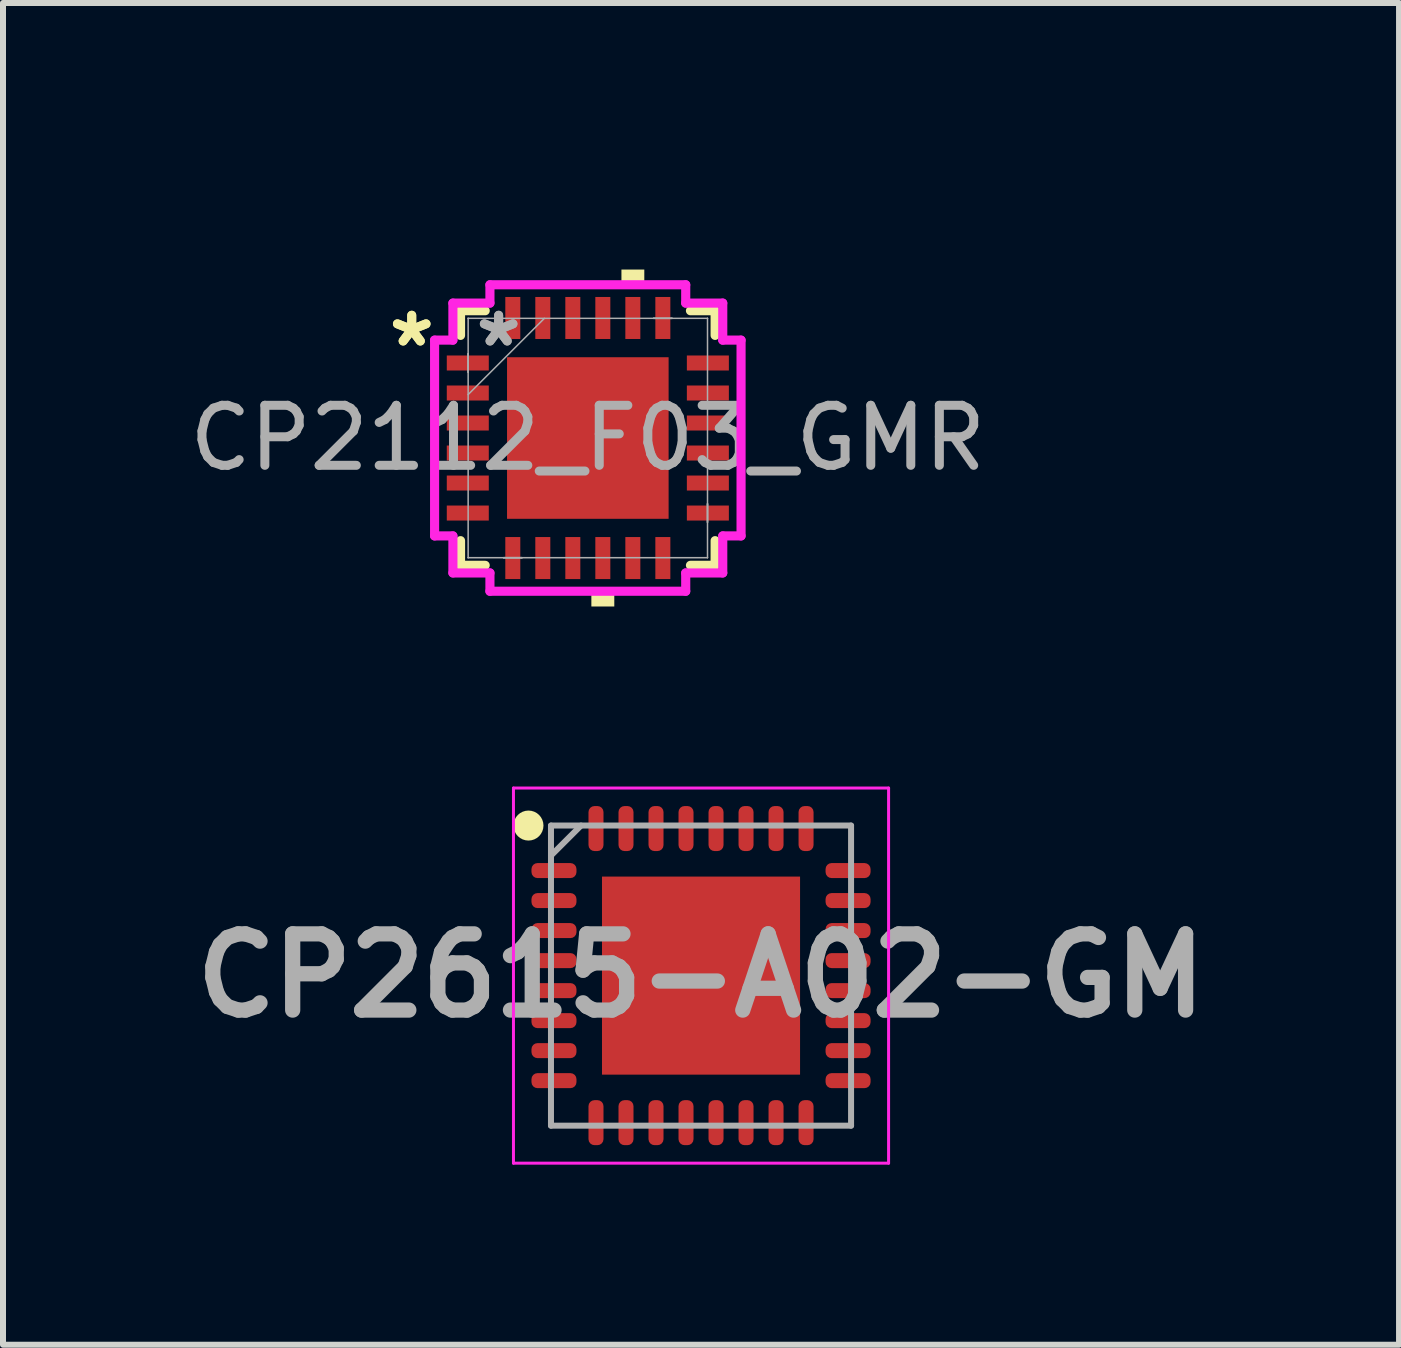
<source format=kicad_pcb>
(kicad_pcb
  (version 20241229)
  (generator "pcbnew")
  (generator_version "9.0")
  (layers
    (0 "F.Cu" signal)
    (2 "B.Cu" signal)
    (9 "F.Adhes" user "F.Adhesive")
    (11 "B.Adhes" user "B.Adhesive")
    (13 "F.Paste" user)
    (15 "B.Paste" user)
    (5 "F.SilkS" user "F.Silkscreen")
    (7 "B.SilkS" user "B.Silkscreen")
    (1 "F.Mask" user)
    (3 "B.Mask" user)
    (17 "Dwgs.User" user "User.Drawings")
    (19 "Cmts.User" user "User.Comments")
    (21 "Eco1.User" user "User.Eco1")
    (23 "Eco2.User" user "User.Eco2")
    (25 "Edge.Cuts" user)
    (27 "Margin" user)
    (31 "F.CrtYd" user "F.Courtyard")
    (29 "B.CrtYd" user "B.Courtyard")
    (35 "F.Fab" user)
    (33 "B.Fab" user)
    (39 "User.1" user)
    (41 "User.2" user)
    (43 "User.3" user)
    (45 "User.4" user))
  (footprint "CP2112_F03_GMR"
    (layer "F.Cu")
    (at 6.744 4.248)
    (property "Reference" "CP2112_F03_GMR" (at 0 -3.4 0) (unlocked yes) (layer "User.2") (effects (font (size 1 1) (thickness 0.15))))
    (attr smd)
    (fp_line (start -2.121 -2.121) (end -2.121 -1.71) (stroke (width 0.152) (type solid)) (layer "F.SilkS"))
    (fp_line (start -2.121 1.71) (end -2.121 2.121) (stroke (width 0.152) (type solid)) (layer "F.SilkS"))
    (fp_line (start -2.121 2.121) (end -1.71 2.121) (stroke (width 0.152) (type solid)) (layer "F.SilkS"))
    (fp_line (start -1.71 -2.121) (end -2.121 -2.121) (stroke (width 0.152) (type solid)) (layer "F.SilkS"))
    (fp_line (start 1.71 2.121) (end 2.121 2.121) (stroke (width 0.152) (type solid)) (layer "F.SilkS"))
    (fp_line (start 2.121 -2.121) (end 1.71 -2.121) (stroke (width 0.152) (type solid)) (layer "F.SilkS"))
    (fp_line (start 2.121 -1.71) (end 2.121 -2.121) (stroke (width 0.152) (type solid)) (layer "F.SilkS"))
    (fp_line (start 2.121 2.121) (end 2.121 1.71) (stroke (width 0.152) (type solid)) (layer "F.SilkS"))
    (fp_poly (pts (xy 0.059 2.553) (xy 0.059 2.807) (xy 0.441 2.807) (xy 0.441 2.553)) (stroke (width 0) (type solid)) (fill yes) (layer "F.SilkS"))
    (fp_poly (pts (xy 0.56 -2.553) (xy 0.56 -2.807) (xy 0.941 -2.807) (xy 0.941 -2.553)) (stroke (width 0) (type solid)) (fill yes) (layer "F.SilkS"))
    (fp_poly (pts (xy -1.246 -1.246) (xy -1.246 -0.1) (xy -0.1 -0.1) (xy -0.1 -1.246)) (stroke (width 0) (type solid)) (fill yes) (layer "F.Paste"))
    (fp_poly (pts (xy -1.246 0.1) (xy -1.246 1.246) (xy -0.1 1.246) (xy -0.1 0.1)) (stroke (width 0) (type solid)) (fill yes) (layer "F.Paste"))
    (fp_poly (pts (xy 0.1 -1.246) (xy 0.1 -0.1) (xy 1.246 -0.1) (xy 1.246 -1.246)) (stroke (width 0) (type solid)) (fill yes) (layer "F.Paste"))
    (fp_poly (pts (xy 0.1 0.1) (xy 0.1 1.246) (xy 1.246 1.246) (xy 1.246 0.1)) (stroke (width 0) (type solid)) (fill yes) (layer "F.Paste"))
    (fp_line (start -2.553 -1.631) (end -2.248 -1.631) (stroke (width 0.152) (type solid)) (layer "F.CrtYd"))
    (fp_line (start -2.553 1.631) (end -2.553 -1.631) (stroke (width 0.152) (type solid)) (layer "F.CrtYd"))
    (fp_line (start -2.248 -2.248) (end -1.631 -2.248) (stroke (width 0.152) (type solid)) (layer "F.CrtYd"))
    (fp_line (start -2.248 -1.631) (end -2.248 -2.248) (stroke (width 0.152) (type solid)) (layer "F.CrtYd"))
    (fp_line (start -2.248 1.631) (end -2.553 1.631) (stroke (width 0.152) (type solid)) (layer "F.CrtYd"))
    (fp_line (start -2.248 2.248) (end -2.248 1.631) (stroke (width 0.152) (type solid)) (layer "F.CrtYd"))
    (fp_line (start -1.631 -2.553) (end 1.631 -2.553) (stroke (width 0.152) (type solid)) (layer "F.CrtYd"))
    (fp_line (start -1.631 -2.248) (end -1.631 -2.553) (stroke (width 0.152) (type solid)) (layer "F.CrtYd"))
    (fp_line (start -1.631 2.248) (end -2.248 2.248) (stroke (width 0.152) (type solid)) (layer "F.CrtYd"))
    (fp_line (start -1.631 2.553) (end -1.631 2.248) (stroke (width 0.152) (type solid)) (layer "F.CrtYd"))
    (fp_line (start 1.631 -2.553) (end 1.631 -2.248) (stroke (width 0.152) (type solid)) (layer "F.CrtYd"))
    (fp_line (start 1.631 -2.248) (end 2.248 -2.248) (stroke (width 0.152) (type solid)) (layer "F.CrtYd"))
    (fp_line (start 1.631 2.248) (end 1.631 2.553) (stroke (width 0.152) (type solid)) (layer "F.CrtYd"))
    (fp_line (start 1.631 2.553) (end -1.631 2.553) (stroke (width 0.152) (type solid)) (layer "F.CrtYd"))
    (fp_line (start 2.248 -2.248) (end 2.248 -1.631) (stroke (width 0.152) (type solid)) (layer "F.CrtYd"))
    (fp_line (start 2.248 -1.631) (end 2.553 -1.631) (stroke (width 0.152) (type solid)) (layer "F.CrtYd"))
    (fp_line (start 2.248 1.631) (end 2.248 2.248) (stroke (width 0.152) (type solid)) (layer "F.CrtYd"))
    (fp_line (start 2.248 2.248) (end 1.631 2.248) (stroke (width 0.152) (type solid)) (layer "F.CrtYd"))
    (fp_line (start 2.553 -1.631) (end 2.553 1.631) (stroke (width 0.152) (type solid)) (layer "F.CrtYd"))
    (fp_line (start 2.553 1.631) (end 2.248 1.631) (stroke (width 0.152) (type solid)) (layer "F.CrtYd"))
    (fp_line (start -1.994 -1.994) (end -1.994 -1.994) (stroke (width 0.025) (type solid)) (layer "F.Fab"))
    (fp_line (start -1.994 -1.994) (end -1.994 1.994) (stroke (width 0.025) (type solid)) (layer "F.Fab"))
    (fp_line (start -1.994 -1.402) (end -1.994 -1.402) (stroke (width 0.025) (type solid)) (layer "F.Fab"))
    (fp_line (start -1.994 -1.402) (end -1.994 -1.098) (stroke (width 0.025) (type solid)) (layer "F.Fab"))
    (fp_line (start -1.994 -1.098) (end -1.994 -1.402) (stroke (width 0.025) (type solid)) (layer "F.Fab"))
    (fp_line (start -1.994 -1.098) (end -1.994 -1.098) (stroke (width 0.025) (type solid)) (layer "F.Fab"))
    (fp_line (start -1.994 -0.724) (end -0.724 -1.994) (stroke (width 0.025) (type solid)) (layer "F.Fab"))
    (fp_line (start -1.994 1.994) (end -1.994 1.994) (stroke (width 0.025) (type solid)) (layer "F.Fab"))
    (fp_line (start -1.994 1.994) (end 1.994 1.994) (stroke (width 0.025) (type solid)) (layer "F.Fab"))
    (fp_line (start -1.402 1.994) (end -1.402 1.994) (stroke (width 0.025) (type solid)) (layer "F.Fab"))
    (fp_line (start -1.402 1.994) (end -1.098 1.994) (stroke (width 0.025) (type solid)) (layer "F.Fab"))
    (fp_line (start -1.098 1.994) (end -1.402 1.994) (stroke (width 0.025) (type solid)) (layer "F.Fab"))
    (fp_line (start -1.098 1.994) (end -1.098 1.994) (stroke (width 0.025) (type solid)) (layer "F.Fab"))
    (fp_line (start 1.098 -1.994) (end 1.098 -1.994) (stroke (width 0.025) (type solid)) (layer "F.Fab"))
    (fp_line (start 1.098 -1.994) (end 1.402 -1.994) (stroke (width 0.025) (type solid)) (layer "F.Fab"))
    (fp_line (start 1.402 -1.994) (end 1.098 -1.994) (stroke (width 0.025) (type solid)) (layer "F.Fab"))
    (fp_line (start 1.402 -1.994) (end 1.402 -1.994) (stroke (width 0.025) (type solid)) (layer "F.Fab"))
    (fp_line (start 1.994 -1.994) (end -1.994 -1.994) (stroke (width 0.025) (type solid)) (layer "F.Fab"))
    (fp_line (start 1.994 -1.994) (end 1.994 -1.994) (stroke (width 0.025) (type solid)) (layer "F.Fab"))
    (fp_line (start 1.994 1.098) (end 1.994 1.098) (stroke (width 0.025) (type solid)) (layer "F.Fab"))
    (fp_line (start 1.994 1.098) (end 1.994 1.402) (stroke (width 0.025) (type solid)) (layer "F.Fab"))
    (fp_line (start 1.994 1.402) (end 1.994 1.098) (stroke (width 0.025) (type solid)) (layer "F.Fab"))
    (fp_line (start 1.994 1.402) (end 1.994 1.402) (stroke (width 0.025) (type solid)) (layer "F.Fab"))
    (fp_line (start 1.994 1.994) (end 1.994 -1.994) (stroke (width 0.025) (type solid)) (layer "F.Fab"))
    (fp_line (start 1.994 1.994) (end 1.994 1.994) (stroke (width 0.025) (type solid)) (layer "F.Fab"))
    (fp_text user "*" (at -2.934 -1.5 0) (layer "F.SilkS") (effects (font (size 1 1) (thickness 0.15))))
    (fp_text user "*" (at -2.934 -1.5 0) (unlocked yes) (layer "F.SilkS") (effects (font (size 1 1) (thickness 0.15))))
    (fp_text user "*" (at -1.486 -1.5 0) (unlocked yes) (layer "F.Fab") (effects (font (size 1 1) (thickness 0.15))))
    (fp_text user "${REFERENCE}" (at 0 0 0) (unlocked yes) (layer "F.Fab") (effects (font (size 1 1) (thickness 0.15))))
    (fp_text user "*" (at -1.486 -1.5 0) (layer "F.Fab") (effects (font (size 1 1) (thickness 0.15))))
    (pad "1" smd rect (at -2 -1.25 90) (size 0.25 0.7) (layers "F.Cu" "F.Mask" "F.Paste"))
    (pad "2" smd rect (at -2 -0.75 90) (size 0.25 0.7) (layers "F.Cu" "F.Mask" "F.Paste"))
    (pad "3" smd rect (at -2 -0.25 90) (size 0.25 0.7) (layers "F.Cu" "F.Mask" "F.Paste"))
    (pad "4" smd rect (at -2 0.25 90) (size 0.25 0.7) (layers "F.Cu" "F.Mask" "F.Paste"))
    (pad "5" smd rect (at -2 0.75 90) (size 0.25 0.7) (layers "F.Cu" "F.Mask" "F.Paste"))
    (pad "6" smd rect (at -2 1.25 90) (size 0.25 0.7) (layers "F.Cu" "F.Mask" "F.Paste"))
    (pad "7" smd rect (at -1.25 2) (size 0.25 0.7) (layers "F.Cu" "F.Mask" "F.Paste"))
    (pad "8" smd rect (at -0.75 2) (size 0.25 0.7) (layers "F.Cu" "F.Mask" "F.Paste"))
    (pad "9" smd rect (at -0.25 2) (size 0.25 0.7) (layers "F.Cu" "F.Mask" "F.Paste"))
    (pad "10" smd rect (at 0.25 2) (size 0.25 0.7) (layers "F.Cu" "F.Mask" "F.Paste"))
    (pad "11" smd rect (at 0.75 2) (size 0.25 0.7) (layers "F.Cu" "F.Mask" "F.Paste"))
    (pad "12" smd rect (at 1.25 2) (size 0.25 0.7) (layers "F.Cu" "F.Mask" "F.Paste"))
    (pad "13" smd rect (at 2 1.25 90) (size 0.25 0.7) (layers "F.Cu" "F.Mask" "F.Paste"))
    (pad "14" smd rect (at 2 0.75 90) (size 0.25 0.7) (layers "F.Cu" "F.Mask" "F.Paste"))
    (pad "15" smd rect (at 2 0.25 90) (size 0.25 0.7) (layers "F.Cu" "F.Mask" "F.Paste"))
    (pad "16" smd rect (at 2 -0.25 90) (size 0.25 0.7) (layers "F.Cu" "F.Mask" "F.Paste"))
    (pad "17" smd rect (at 2 -0.75 90) (size 0.25 0.7) (layers "F.Cu" "F.Mask" "F.Paste"))
    (pad "18" smd rect (at 2 -1.25 90) (size 0.25 0.7) (layers "F.Cu" "F.Mask" "F.Paste"))
    (pad "19" smd rect (at 1.25 -2 180) (size 0.25 0.7) (layers "F.Cu" "F.Mask" "F.Paste"))
    (pad "20" smd rect (at 0.75 -2 180) (size 0.25 0.7) (layers "F.Cu" "F.Mask" "F.Paste"))
    (pad "21" smd rect (at 0.25 -2 180) (size 0.25 0.7) (layers "F.Cu" "F.Mask" "F.Paste"))
    (pad "22" smd rect (at -0.25 -2 180) (size 0.25 0.7) (layers "F.Cu" "F.Mask" "F.Paste"))
    (pad "23" smd rect (at -0.75 -2 180) (size 0.25 0.7) (layers "F.Cu" "F.Mask" "F.Paste"))
    (pad "24" smd rect (at -1.25 -2 180) (size 0.25 0.7) (layers "F.Cu" "F.Mask" "F.Paste"))
    (pad "25" smd rect (at 0 0) (size 2.692 2.692) (layers "F.Cu" "F.Mask" "F.Paste")))
  (footprint "CP2615-A02-GM"
    (layer "F.Cu")
    (at 8.63 13.205)
    (property "Reference" "CP2615-A02-GM" (at 0 0 0) (layer "User.2") (effects (font (size 1.27 1.27) (thickness 0.254))))
    (attr smd)
    (fp_circle (center -2.875 -2.5) (end -2.875 -2.375) (stroke (width 0.25) (type solid)) (fill no) (layer "F.SilkS"))
    (fp_line (start -3.125 -3.125) (end 3.125 -3.125) (stroke (width 0.05) (type solid)) (layer "F.CrtYd"))
    (fp_line (start -3.125 3.125) (end -3.125 -3.125) (stroke (width 0.05) (type solid)) (layer "F.CrtYd"))
    (fp_line (start 3.125 -3.125) (end 3.125 3.125) (stroke (width 0.05) (type solid)) (layer "F.CrtYd"))
    (fp_line (start 3.125 3.125) (end -3.125 3.125) (stroke (width 0.05) (type solid)) (layer "F.CrtYd"))
    (fp_line (start -2.5 -2.5) (end 2.5 -2.5) (stroke (width 0.1) (type solid)) (layer "F.Fab"))
    (fp_line (start -2.5 -2) (end -2 -2.5) (stroke (width 0.1) (type solid)) (layer "F.Fab"))
    (fp_line (start -2.5 2.5) (end -2.5 -2.5) (stroke (width 0.1) (type solid)) (layer "F.Fab"))
    (fp_line (start 2.5 -2.5) (end 2.5 2.5) (stroke (width 0.1) (type solid)) (layer "F.Fab"))
    (fp_line (start 2.5 2.5) (end -2.5 2.5) (stroke (width 0.1) (type solid)) (layer "F.Fab"))
    (fp_text user "${REFERENCE}" (at 0 0 0) (layer "F.Fab") (effects (font (size 1.27 1.27) (thickness 0.254))))
    (pad "1" smd roundrect (at -2.45 -1.75 90) (size 0.25 0.75) (layers "F.Cu" "F.Mask" "F.Paste") (roundrect_rratio 0.4))
    (pad "2" smd roundrect (at -2.45 -1.25 90) (size 0.25 0.75) (layers "F.Cu" "F.Mask" "F.Paste") (roundrect_rratio 0.4))
    (pad "3" smd roundrect (at -2.45 -0.75 90) (size 0.25 0.75) (layers "F.Cu" "F.Mask" "F.Paste") (roundrect_rratio 0.4))
    (pad "4" smd roundrect (at -2.45 -0.25 90) (size 0.25 0.75) (layers "F.Cu" "F.Mask" "F.Paste") (roundrect_rratio 0.4))
    (pad "5" smd roundrect (at -2.45 0.25 90) (size 0.25 0.75) (layers "F.Cu" "F.Mask" "F.Paste") (roundrect_rratio 0.4))
    (pad "6" smd roundrect (at -2.45 0.75 90) (size 0.25 0.75) (layers "F.Cu" "F.Mask" "F.Paste") (roundrect_rratio 0.4))
    (pad "7" smd roundrect (at -2.45 1.25 90) (size 0.25 0.75) (layers "F.Cu" "F.Mask" "F.Paste") (roundrect_rratio 0.4))
    (pad "8" smd roundrect (at -2.45 1.75 90) (size 0.25 0.75) (layers "F.Cu" "F.Mask" "F.Paste") (roundrect_rratio 0.4))
    (pad "9" smd roundrect (at -1.75 2.45) (size 0.25 0.75) (layers "F.Cu" "F.Mask" "F.Paste") (roundrect_rratio 0.4))
    (pad "10" smd roundrect (at -1.25 2.45) (size 0.25 0.75) (layers "F.Cu" "F.Mask" "F.Paste") (roundrect_rratio 0.4))
    (pad "11" smd roundrect (at -0.75 2.45) (size 0.25 0.75) (layers "F.Cu" "F.Mask" "F.Paste") (roundrect_rratio 0.4))
    (pad "12" smd roundrect (at -0.25 2.45) (size 0.25 0.75) (layers "F.Cu" "F.Mask" "F.Paste") (roundrect_rratio 0.4))
    (pad "13" smd roundrect (at 0.25 2.45) (size 0.25 0.75) (layers "F.Cu" "F.Mask" "F.Paste") (roundrect_rratio 0.4))
    (pad "14" smd roundrect (at 0.75 2.45) (size 0.25 0.75) (layers "F.Cu" "F.Mask" "F.Paste") (roundrect_rratio 0.4))
    (pad "15" smd roundrect (at 1.25 2.45) (size 0.25 0.75) (layers "F.Cu" "F.Mask" "F.Paste") (roundrect_rratio 0.4))
    (pad "16" smd roundrect (at 1.75 2.45) (size 0.25 0.75) (layers "F.Cu" "F.Mask" "F.Paste") (roundrect_rratio 0.4))
    (pad "17" smd roundrect (at 2.45 1.75 90) (size 0.25 0.75) (layers "F.Cu" "F.Mask" "F.Paste") (roundrect_rratio 0.4))
    (pad "18" smd roundrect (at 2.45 1.25 90) (size 0.25 0.75) (layers "F.Cu" "F.Mask" "F.Paste") (roundrect_rratio 0.4))
    (pad "19" smd roundrect (at 2.45 0.75 90) (size 0.25 0.75) (layers "F.Cu" "F.Mask" "F.Paste") (roundrect_rratio 0.4))
    (pad "20" smd roundrect (at 2.45 0.25 90) (size 0.25 0.75) (layers "F.Cu" "F.Mask" "F.Paste") (roundrect_rratio 0.4))
    (pad "21" smd roundrect (at 2.45 -0.25 90) (size 0.25 0.75) (layers "F.Cu" "F.Mask" "F.Paste") (roundrect_rratio 0.4))
    (pad "22" smd roundrect (at 2.45 -0.75 90) (size 0.25 0.75) (layers "F.Cu" "F.Mask" "F.Paste") (roundrect_rratio 0.4))
    (pad "23" smd roundrect (at 2.45 -1.25 90) (size 0.25 0.75) (layers "F.Cu" "F.Mask" "F.Paste") (roundrect_rratio 0.4))
    (pad "24" smd roundrect (at 2.45 -1.75 90) (size 0.25 0.75) (layers "F.Cu" "F.Mask" "F.Paste") (roundrect_rratio 0.4))
    (pad "25" smd roundrect (at 1.75 -2.45) (size 0.25 0.75) (layers "F.Cu" "F.Mask" "F.Paste") (roundrect_rratio 0.4))
    (pad "26" smd roundrect (at 1.25 -2.45) (size 0.25 0.75) (layers "F.Cu" "F.Mask" "F.Paste") (roundrect_rratio 0.4))
    (pad "27" smd roundrect (at 0.75 -2.45) (size 0.25 0.75) (layers "F.Cu" "F.Mask" "F.Paste") (roundrect_rratio 0.4))
    (pad "28" smd roundrect (at 0.25 -2.45) (size 0.25 0.75) (layers "F.Cu" "F.Mask" "F.Paste") (roundrect_rratio 0.4))
    (pad "29" smd roundrect (at -0.25 -2.45) (size 0.25 0.75) (layers "F.Cu" "F.Mask" "F.Paste") (roundrect_rratio 0.4))
    (pad "30" smd roundrect (at -0.75 -2.45) (size 0.25 0.75) (layers "F.Cu" "F.Mask" "F.Paste") (roundrect_rratio 0.4))
    (pad "31" smd roundrect (at -1.25 -2.45) (size 0.25 0.75) (layers "F.Cu" "F.Mask" "F.Paste") (roundrect_rratio 0.4))
    (pad "32" smd roundrect (at -1.75 -2.45) (size 0.25 0.75) (layers "F.Cu" "F.Mask" "F.Paste") (roundrect_rratio 0.4))
    (pad "33" smd rect (at 0 0) (size 3.3 3.3) (layers "F.Cu" "F.Mask" "F.Paste")))
  (gr_rect
    (start -3 -3)
    (end 20.26 19.355)
    (stroke (width 0.1) (type default))
    (fill no)
    (layer "Edge.Cuts")))
</source>
